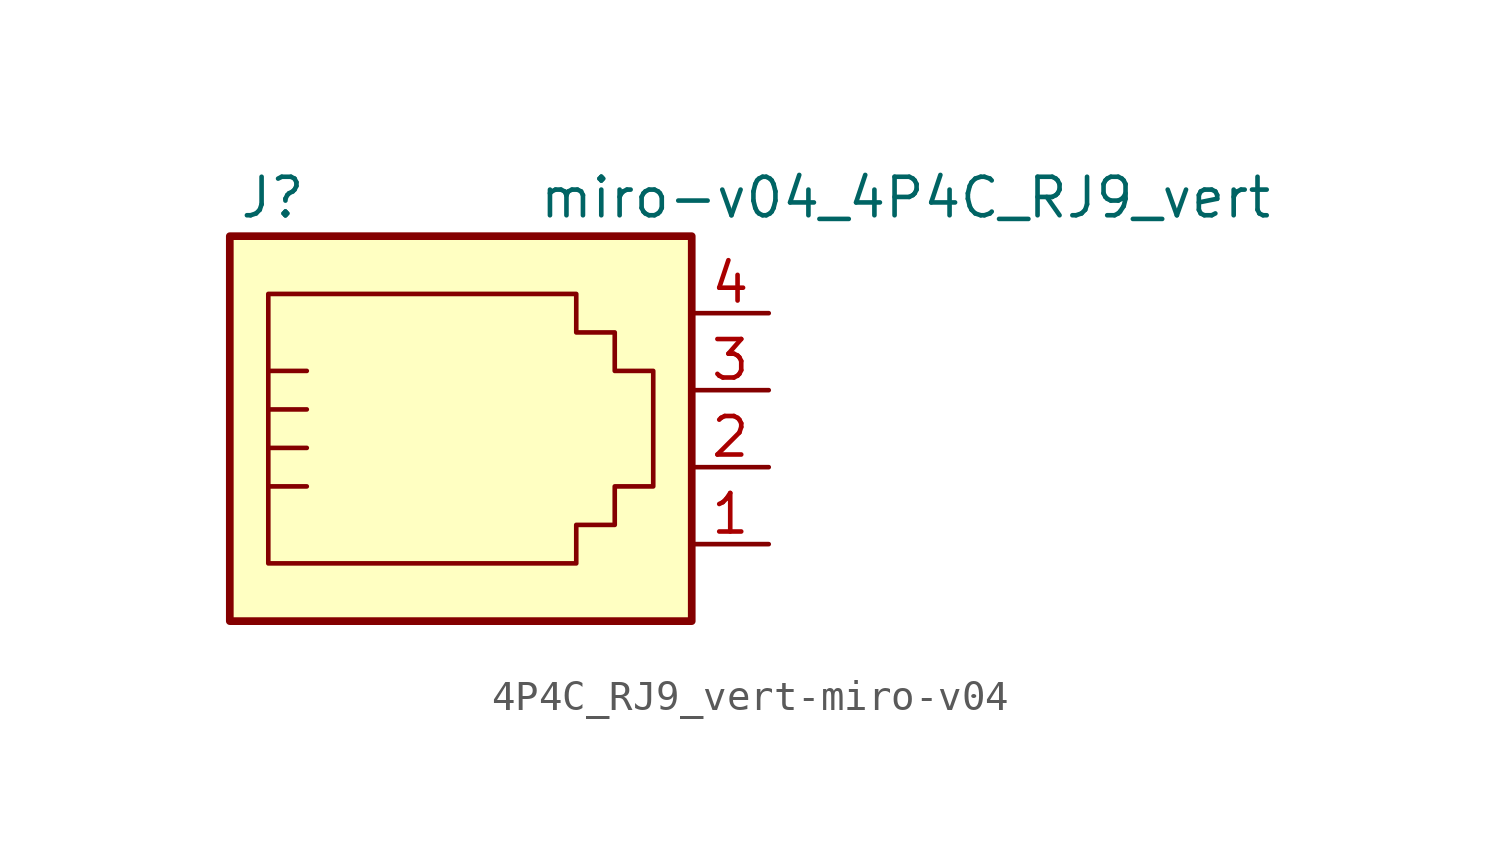
<source format=kicad_sym>
(kicad_symbol_lib
  (version 20220914)
  (generator kicad_symbol_editor)
  (symbol "4P4C_RJ9_vert-miro-v04"
    (pin_names
      (offset 1.016))
    (property "Reference" "J"
      (at -5.08 8.89 0)
      (effects (font (size 1.27 1.27)) (justify right)))
    (property "Value" "miro-v04_4P4C_RJ9_vert"
      (at 2.54 8.89 0)
      (effects (font (size 1.27 1.27)) (justify left)))
    (symbol "4P4C_RJ9_vert-miro-v04_0_1"
      (polyline (pts (xy -6.35 -0.635) (xy -5.08 -0.635) (xy -5.08 -0.635)) (stroke (width 0) (type solid)) (fill (type none)))
      (polyline (pts (xy -6.35 0.635) (xy -5.08 0.635) (xy -5.08 0.635)) (stroke (width 0) (type solid)) (fill (type none)))
      (polyline (pts (xy -6.35 1.905) (xy -5.08 1.905) (xy -5.08 1.905)) (stroke (width 0) (type solid)) (fill (type none)))
      (polyline (pts (xy -6.35 3.175) (xy -5.08 3.175) (xy -5.08 3.175)) (stroke (width 0) (type solid)) (fill (type none)))
      (polyline (pts (xy -6.35 -3.175) (xy -6.35 5.715) (xy -1.27 5.715) (xy 3.81 5.715) (xy 3.81 4.445) (xy 5.08 4.445) (xy 5.08 3.175) (xy 6.35 3.175) (xy 6.35 -0.635) (xy 5.08 -0.635) (xy 5.08 -1.905) (xy 3.81 -1.905) (xy 3.81 -3.175) (xy -6.35 -3.175) (xy -6.35 -3.175)) (stroke (width 0) (type solid)) (fill (type none)))
      (rectangle (start 7.62 7.62) (end -7.62 -5.08) (stroke (width 0.254) (type solid)) (fill (type background))))
    (symbol "4P4C_RJ9_vert-miro-v04_1_1"
      (pin passive line (at 10.16 -2.54 180) (length 2.54) (name "~" (effects (font (size 1.27 1.27)))) (number "1" (effects (font (size 1.27 1.27)))))
      (pin passive line (at 10.16 0 180) (length 2.54) (name "~" (effects (font (size 1.27 1.27)))) (number "2" (effects (font (size 1.27 1.27)))))
      (pin passive line (at 10.16 2.54 180) (length 2.54) (name "~" (effects (font (size 1.27 1.27)))) (number "3" (effects (font (size 1.27 1.27)))))
      (pin passive line (at 10.16 5.08 180) (length 2.54) (name "~" (effects (font (size 1.27 1.27)))) (number "4" (effects (font (size 1.27 1.27))))))))
</source>
